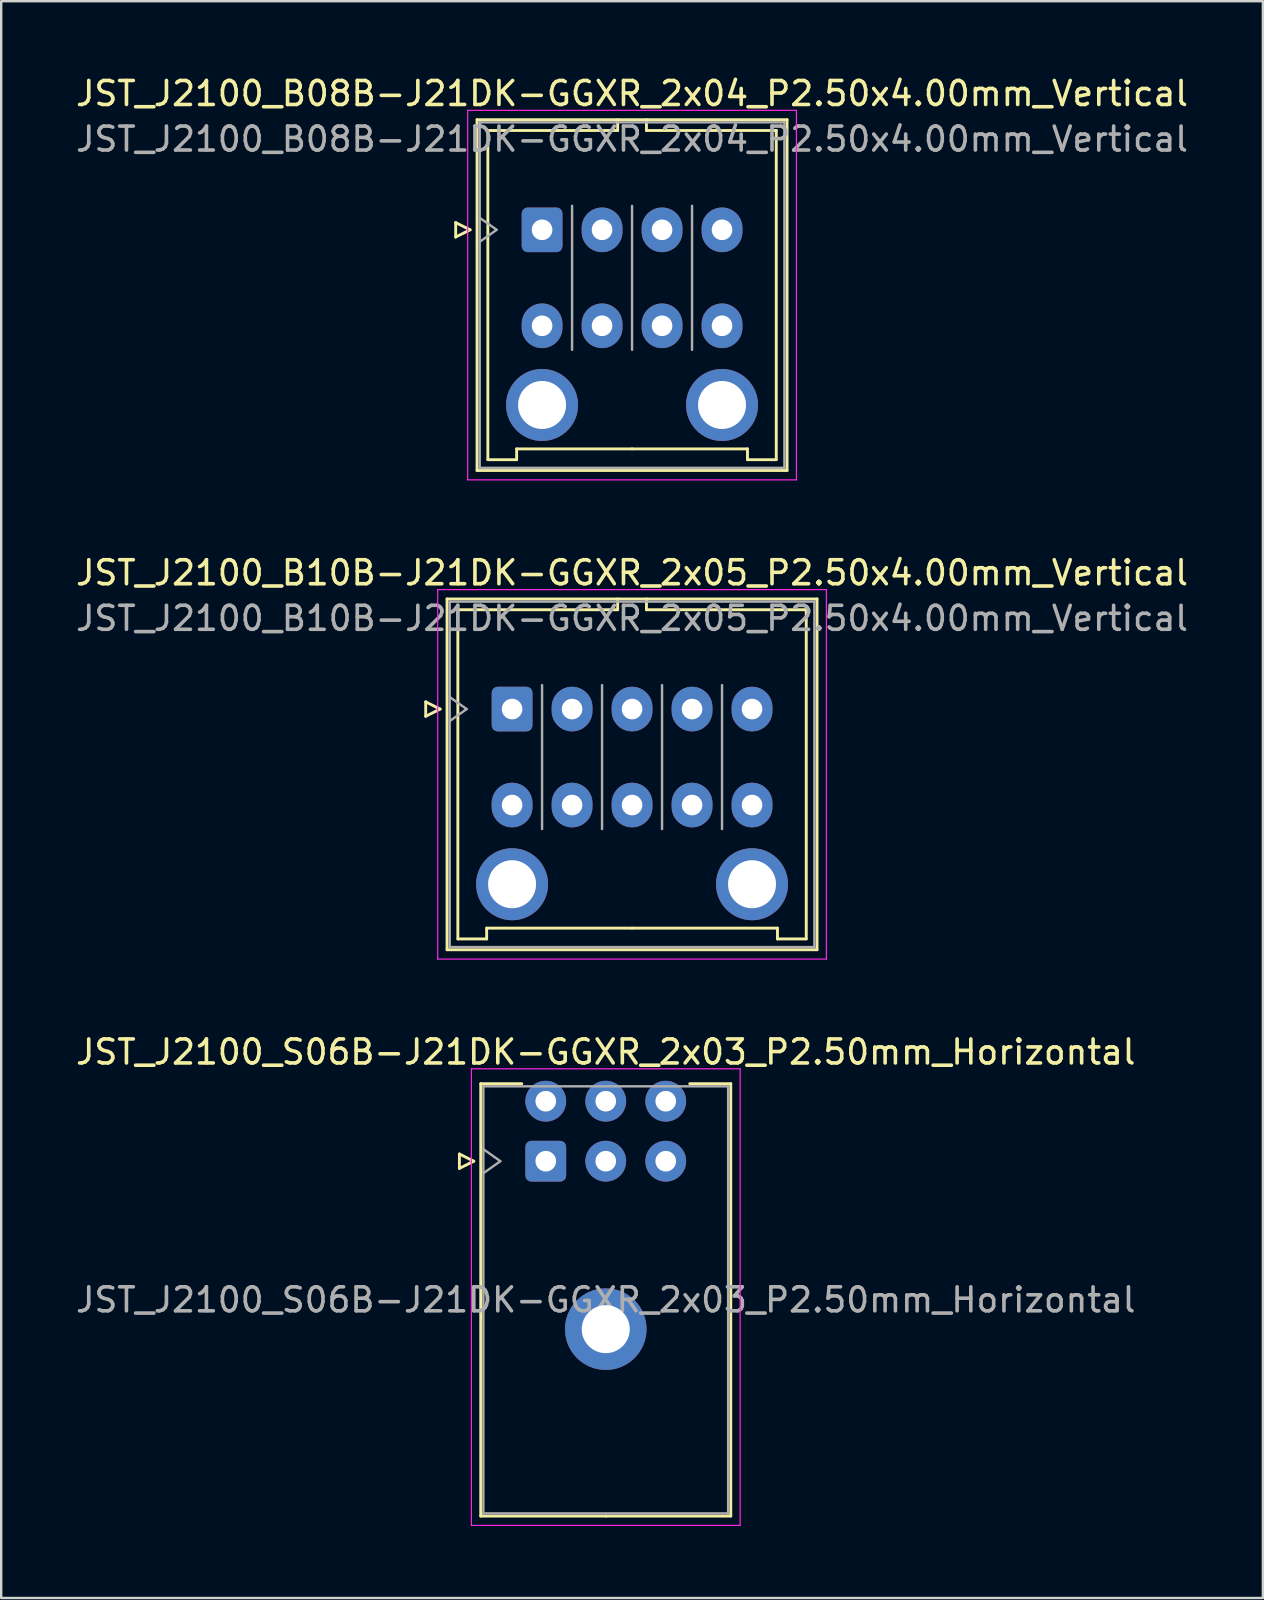
<source format=kicad_pcb>
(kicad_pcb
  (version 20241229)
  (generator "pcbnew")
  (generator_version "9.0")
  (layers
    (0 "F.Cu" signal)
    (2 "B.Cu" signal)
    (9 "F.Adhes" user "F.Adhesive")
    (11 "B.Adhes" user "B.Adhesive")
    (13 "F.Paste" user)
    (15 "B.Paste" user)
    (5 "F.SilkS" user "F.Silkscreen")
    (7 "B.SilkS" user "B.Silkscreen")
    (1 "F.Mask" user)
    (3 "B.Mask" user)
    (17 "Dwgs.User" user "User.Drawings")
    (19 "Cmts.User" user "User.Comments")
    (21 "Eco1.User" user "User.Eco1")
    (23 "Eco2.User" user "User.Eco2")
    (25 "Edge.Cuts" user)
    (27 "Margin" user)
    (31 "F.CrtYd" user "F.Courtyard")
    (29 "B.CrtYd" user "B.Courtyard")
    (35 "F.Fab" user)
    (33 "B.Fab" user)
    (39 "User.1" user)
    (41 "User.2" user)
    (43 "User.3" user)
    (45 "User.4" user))
  (footprint "JST_J2100_B10B-J21DK-GGXR_2x05_P2.50x4.00mm_Vertical"
    (layer "F.Cu")
    (at 18.292 26.502)
    (property "Reference" "JST_J2100_B10B-J21DK-GGXR_2x05_P2.50x4.00mm_Vertical" (at 5 -5.68 0) (layer "F.SilkS") (effects (font (size 1 1) (thickness 0.15))))
    (attr through_hole)
    (fp_line (start -3.6 -0.3) (end -3 0) (stroke (width 0.12) (type solid)) (layer "F.SilkS"))
    (fp_line (start -3.6 0.3) (end -3.6 -0.3) (stroke (width 0.12) (type solid)) (layer "F.SilkS"))
    (fp_line (start -3 0) (end -3.6 0.3) (stroke (width 0.12) (type solid)) (layer "F.SilkS"))
    (fp_line (start -2.71 -4.59) (end -2.71 10.03) (stroke (width 0.12) (type solid)) (layer "F.SilkS"))
    (fp_line (start -2.71 10.03) (end 12.71 10.03) (stroke (width 0.12) (type solid)) (layer "F.SilkS"))
    (fp_line (start -2.26 -4.14) (end -2.26 9.58) (stroke (width 0.12) (type solid)) (layer "F.SilkS"))
    (fp_line (start -2.26 9.58) (end -1.06 9.58) (stroke (width 0.12) (type solid)) (layer "F.SilkS"))
    (fp_line (start -1.06 9.13) (end 5 9.13) (stroke (width 0.12) (type solid)) (layer "F.SilkS"))
    (fp_line (start -1.06 9.58) (end -1.06 9.13) (stroke (width 0.12) (type solid)) (layer "F.SilkS"))
    (fp_line (start 4.4 -4.59) (end 4.4 -4.14) (stroke (width 0.12) (type solid)) (layer "F.SilkS"))
    (fp_line (start 4.4 -4.14) (end -2.26 -4.14) (stroke (width 0.12) (type solid)) (layer "F.SilkS"))
    (fp_line (start 5.6 -4.59) (end 5.6 -4.14) (stroke (width 0.12) (type solid)) (layer "F.SilkS"))
    (fp_line (start 5.6 -4.14) (end 12.26 -4.14) (stroke (width 0.12) (type solid)) (layer "F.SilkS"))
    (fp_line (start 11.06 9.13) (end 5 9.13) (stroke (width 0.12) (type solid)) (layer "F.SilkS"))
    (fp_line (start 11.06 9.58) (end 11.06 9.13) (stroke (width 0.12) (type solid)) (layer "F.SilkS"))
    (fp_line (start 12.26 -4.14) (end 12.26 9.58) (stroke (width 0.12) (type solid)) (layer "F.SilkS"))
    (fp_line (start 12.26 9.58) (end 11.06 9.58) (stroke (width 0.12) (type solid)) (layer "F.SilkS"))
    (fp_line (start 12.71 -4.59) (end -2.71 -4.59) (stroke (width 0.12) (type solid)) (layer "F.SilkS"))
    (fp_line (start 12.71 10.03) (end 12.71 -4.59) (stroke (width 0.12) (type solid)) (layer "F.SilkS"))
    (fp_line (start -3.1 -4.98) (end -3.1 10.42) (stroke (width 0.05) (type solid)) (layer "F.CrtYd"))
    (fp_line (start -3.1 10.42) (end 13.1 10.42) (stroke (width 0.05) (type solid)) (layer "F.CrtYd"))
    (fp_line (start 13.1 -4.98) (end -3.1 -4.98) (stroke (width 0.05) (type solid)) (layer "F.CrtYd"))
    (fp_line (start 13.1 10.42) (end 13.1 -4.98) (stroke (width 0.05) (type solid)) (layer "F.CrtYd"))
    (fp_line (start -2.6 -4.48) (end -2.6 9.92) (stroke (width 0.1) (type solid)) (layer "F.Fab"))
    (fp_line (start -2.6 0.5) (end -1.893 0) (stroke (width 0.1) (type solid)) (layer "F.Fab"))
    (fp_line (start -2.6 9.92) (end 12.6 9.92) (stroke (width 0.1) (type solid)) (layer "F.Fab"))
    (fp_line (start -1.893 0) (end -2.6 -0.5) (stroke (width 0.1) (type solid)) (layer "F.Fab"))
    (fp_line (start 1.25 5) (end 1.25 -1) (stroke (width 0.1) (type solid)) (layer "F.Fab"))
    (fp_line (start 3.75 5) (end 3.75 -1) (stroke (width 0.1) (type solid)) (layer "F.Fab"))
    (fp_line (start 6.25 5) (end 6.25 -1) (stroke (width 0.1) (type solid)) (layer "F.Fab"))
    (fp_line (start 8.75 5) (end 8.75 -1) (stroke (width 0.1) (type solid)) (layer "F.Fab"))
    (fp_line (start 12.6 -4.48) (end -2.6 -4.48) (stroke (width 0.1) (type solid)) (layer "F.Fab"))
    (fp_line (start 12.6 9.92) (end 12.6 -4.48) (stroke (width 0.1) (type solid)) (layer "F.Fab"))
    (fp_text user "${REFERENCE}" (at 5 -3.78 0) (layer "F.Fab") (effects (font (size 1 1) (thickness 0.15))))
    (pad "" thru_hole circle (at 0 7.3) (size 3 3) (drill 2) (layers "*.Cu" "*.Mask"))
    (pad "" thru_hole circle (at 10 7.3) (size 3 3) (drill 2) (layers "*.Cu" "*.Mask"))
    (pad "1" thru_hole roundrect (at 0 0) (size 1.7 1.86) (drill 0.86) (layers "*.Cu" "*.Mask") (roundrect_rratio 0.147))
    (pad "2" thru_hole oval (at 2.5 0) (size 1.7 1.86) (drill 0.86) (layers "*.Cu" "*.Mask"))
    (pad "3" thru_hole oval (at 5 0) (size 1.7 1.86) (drill 0.86) (layers "*.Cu" "*.Mask"))
    (pad "4" thru_hole oval (at 7.5 0) (size 1.7 1.86) (drill 0.86) (layers "*.Cu" "*.Mask"))
    (pad "5" thru_hole oval (at 10 0) (size 1.7 1.86) (drill 0.86) (layers "*.Cu" "*.Mask"))
    (pad "6" thru_hole oval (at 0 4) (size 1.7 1.86) (drill 0.86) (layers "*.Cu" "*.Mask"))
    (pad "7" thru_hole oval (at 2.5 4) (size 1.7 1.86) (drill 0.86) (layers "*.Cu" "*.Mask"))
    (pad "8" thru_hole oval (at 5 4) (size 1.7 1.86) (drill 0.86) (layers "*.Cu" "*.Mask"))
    (pad "9" thru_hole oval (at 7.5 4) (size 1.7 1.86) (drill 0.86) (layers "*.Cu" "*.Mask"))
    (pad "10" thru_hole oval (at 10 4) (size 1.7 1.86) (drill 0.86) (layers "*.Cu" "*.Mask")))
  (footprint "JST_J2100_S06B-J21DK-GGXR_2x03_P2.50mm_Horizontal"
    (layer "F.Cu")
    (at 19.696 45.345)
    (property "Reference" "JST_J2100_S06B-J21DK-GGXR_2x03_P2.50mm_Horizontal" (at 2.5 -4.55 0) (layer "F.SilkS") (effects (font (size 1 1) (thickness 0.15))))
    (attr through_hole)
    (fp_line (start -3.6 -0.3) (end -3 0) (stroke (width 0.12) (type solid)) (layer "F.SilkS"))
    (fp_line (start -3.6 0.3) (end -3.6 -0.3) (stroke (width 0.12) (type solid)) (layer "F.SilkS"))
    (fp_line (start -3 0) (end -3.6 0.3) (stroke (width 0.12) (type solid)) (layer "F.SilkS"))
    (fp_line (start -2.71 -3.23) (end -2.71 14.79) (stroke (width 0.12) (type solid)) (layer "F.SilkS"))
    (fp_line (start -2.71 14.79) (end 2.5 14.79) (stroke (width 0.12) (type solid)) (layer "F.SilkS"))
    (fp_line (start -1 -3.23) (end -2.71 -3.23) (stroke (width 0.12) (type solid)) (layer "F.SilkS"))
    (fp_line (start 6 -3.23) (end 7.71 -3.23) (stroke (width 0.12) (type solid)) (layer "F.SilkS"))
    (fp_line (start 7.71 -3.23) (end 7.71 14.79) (stroke (width 0.12) (type solid)) (layer "F.SilkS"))
    (fp_line (start 7.71 14.79) (end 2.5 14.79) (stroke (width 0.12) (type solid)) (layer "F.SilkS"))
    (fp_line (start -3.1 -3.85) (end -3.1 15.18) (stroke (width 0.05) (type solid)) (layer "F.CrtYd"))
    (fp_line (start -3.1 15.18) (end 8.1 15.18) (stroke (width 0.05) (type solid)) (layer "F.CrtYd"))
    (fp_line (start 8.1 -3.85) (end -3.1 -3.85) (stroke (width 0.05) (type solid)) (layer "F.CrtYd"))
    (fp_line (start 8.1 15.18) (end 8.1 -3.85) (stroke (width 0.05) (type solid)) (layer "F.CrtYd"))
    (fp_line (start -2.6 -3.12) (end -2.6 14.68) (stroke (width 0.1) (type solid)) (layer "F.Fab"))
    (fp_line (start -2.6 0.5) (end -1.893 0) (stroke (width 0.1) (type solid)) (layer "F.Fab"))
    (fp_line (start -2.6 14.68) (end 7.6 14.68) (stroke (width 0.1) (type solid)) (layer "F.Fab"))
    (fp_line (start -1.893 0) (end -2.6 -0.5) (stroke (width 0.1) (type solid)) (layer "F.Fab"))
    (fp_line (start 7.6 -3.12) (end -2.6 -3.12) (stroke (width 0.1) (type solid)) (layer "F.Fab"))
    (fp_line (start 7.6 14.68) (end 7.6 -3.12) (stroke (width 0.1) (type solid)) (layer "F.Fab"))
    (fp_text user "${REFERENCE}" (at 2.5 5.78 0) (layer "F.Fab") (effects (font (size 1 1) (thickness 0.15))))
    (pad "" thru_hole circle (at 2.5 7) (size 3.4 3.4) (drill 2) (layers "*.Cu" "*.Mask"))
    (pad "1" thru_hole roundrect (at 0 0) (size 1.7 1.7) (drill 0.86) (layers "*.Cu" "*.Mask") (roundrect_rratio 0.147))
    (pad "2" thru_hole circle (at 2.5 0) (size 1.7 1.7) (drill 0.86) (layers "*.Cu" "*.Mask"))
    (pad "3" thru_hole circle (at 5 0) (size 1.7 1.7) (drill 0.86) (layers "*.Cu" "*.Mask"))
    (pad "4" thru_hole circle (at 0 -2.5) (size 1.7 1.7) (drill 0.86) (layers "*.Cu" "*.Mask"))
    (pad "5" thru_hole circle (at 2.5 -2.5) (size 1.7 1.7) (drill 0.86) (layers "*.Cu" "*.Mask"))
    (pad "6" thru_hole circle (at 5 -2.5) (size 1.7 1.7) (drill 0.86) (layers "*.Cu" "*.Mask")))
  (footprint "JST_J2100_B08B-J21DK-GGXR_2x04_P2.50x4.00mm_Vertical"
    (layer "F.Cu")
    (at 19.542 6.528)
    (property "Reference" "JST_J2100_B08B-J21DK-GGXR_2x04_P2.50x4.00mm_Vertical" (at 3.75 -5.68 0) (layer "F.SilkS") (effects (font (size 1 1) (thickness 0.15))))
    (attr through_hole)
    (fp_line (start -3.6 -0.3) (end -3 0) (stroke (width 0.12) (type solid)) (layer "F.SilkS"))
    (fp_line (start -3.6 0.3) (end -3.6 -0.3) (stroke (width 0.12) (type solid)) (layer "F.SilkS"))
    (fp_line (start -3 0) (end -3.6 0.3) (stroke (width 0.12) (type solid)) (layer "F.SilkS"))
    (fp_line (start -2.71 -4.59) (end -2.71 10.03) (stroke (width 0.12) (type solid)) (layer "F.SilkS"))
    (fp_line (start -2.71 10.03) (end 10.21 10.03) (stroke (width 0.12) (type solid)) (layer "F.SilkS"))
    (fp_line (start -2.26 -4.14) (end -2.26 9.58) (stroke (width 0.12) (type solid)) (layer "F.SilkS"))
    (fp_line (start -2.26 9.58) (end -1.06 9.58) (stroke (width 0.12) (type solid)) (layer "F.SilkS"))
    (fp_line (start -1.06 9.13) (end 3.75 9.13) (stroke (width 0.12) (type solid)) (layer "F.SilkS"))
    (fp_line (start -1.06 9.58) (end -1.06 9.13) (stroke (width 0.12) (type solid)) (layer "F.SilkS"))
    (fp_line (start 3.15 -4.59) (end 3.15 -4.14) (stroke (width 0.12) (type solid)) (layer "F.SilkS"))
    (fp_line (start 3.15 -4.14) (end -2.26 -4.14) (stroke (width 0.12) (type solid)) (layer "F.SilkS"))
    (fp_line (start 4.35 -4.59) (end 4.35 -4.14) (stroke (width 0.12) (type solid)) (layer "F.SilkS"))
    (fp_line (start 4.35 -4.14) (end 9.76 -4.14) (stroke (width 0.12) (type solid)) (layer "F.SilkS"))
    (fp_line (start 8.56 9.13) (end 3.75 9.13) (stroke (width 0.12) (type solid)) (layer "F.SilkS"))
    (fp_line (start 8.56 9.58) (end 8.56 9.13) (stroke (width 0.12) (type solid)) (layer "F.SilkS"))
    (fp_line (start 9.76 -4.14) (end 9.76 9.58) (stroke (width 0.12) (type solid)) (layer "F.SilkS"))
    (fp_line (start 9.76 9.58) (end 8.56 9.58) (stroke (width 0.12) (type solid)) (layer "F.SilkS"))
    (fp_line (start 10.21 -4.59) (end -2.71 -4.59) (stroke (width 0.12) (type solid)) (layer "F.SilkS"))
    (fp_line (start 10.21 10.03) (end 10.21 -4.59) (stroke (width 0.12) (type solid)) (layer "F.SilkS"))
    (fp_line (start -3.1 -4.98) (end -3.1 10.42) (stroke (width 0.05) (type solid)) (layer "F.CrtYd"))
    (fp_line (start -3.1 10.42) (end 10.6 10.42) (stroke (width 0.05) (type solid)) (layer "F.CrtYd"))
    (fp_line (start 10.6 -4.98) (end -3.1 -4.98) (stroke (width 0.05) (type solid)) (layer "F.CrtYd"))
    (fp_line (start 10.6 10.42) (end 10.6 -4.98) (stroke (width 0.05) (type solid)) (layer "F.CrtYd"))
    (fp_line (start -2.6 -4.48) (end -2.6 9.92) (stroke (width 0.1) (type solid)) (layer "F.Fab"))
    (fp_line (start -2.6 0.5) (end -1.893 0) (stroke (width 0.1) (type solid)) (layer "F.Fab"))
    (fp_line (start -2.6 9.92) (end 10.1 9.92) (stroke (width 0.1) (type solid)) (layer "F.Fab"))
    (fp_line (start -1.893 0) (end -2.6 -0.5) (stroke (width 0.1) (type solid)) (layer "F.Fab"))
    (fp_line (start 1.25 5) (end 1.25 -1) (stroke (width 0.1) (type solid)) (layer "F.Fab"))
    (fp_line (start 3.75 5) (end 3.75 -1) (stroke (width 0.1) (type solid)) (layer "F.Fab"))
    (fp_line (start 6.25 5) (end 6.25 -1) (stroke (width 0.1) (type solid)) (layer "F.Fab"))
    (fp_line (start 10.1 -4.48) (end -2.6 -4.48) (stroke (width 0.1) (type solid)) (layer "F.Fab"))
    (fp_line (start 10.1 9.92) (end 10.1 -4.48) (stroke (width 0.1) (type solid)) (layer "F.Fab"))
    (fp_text user "${REFERENCE}" (at 3.75 -3.78 0) (layer "F.Fab") (effects (font (size 1 1) (thickness 0.15))))
    (pad "" thru_hole circle (at 0 7.3) (size 3 3) (drill 2) (layers "*.Cu" "*.Mask"))
    (pad "" thru_hole circle (at 7.5 7.3) (size 3 3) (drill 2) (layers "*.Cu" "*.Mask"))
    (pad "1" thru_hole roundrect (at 0 0) (size 1.7 1.86) (drill 0.86) (layers "*.Cu" "*.Mask") (roundrect_rratio 0.147))
    (pad "2" thru_hole oval (at 2.5 0) (size 1.7 1.86) (drill 0.86) (layers "*.Cu" "*.Mask"))
    (pad "3" thru_hole oval (at 5 0) (size 1.7 1.86) (drill 0.86) (layers "*.Cu" "*.Mask"))
    (pad "4" thru_hole oval (at 7.5 0) (size 1.7 1.86) (drill 0.86) (layers "*.Cu" "*.Mask"))
    (pad "5" thru_hole oval (at 0 4) (size 1.7 1.86) (drill 0.86) (layers "*.Cu" "*.Mask"))
    (pad "6" thru_hole oval (at 2.5 4) (size 1.7 1.86) (drill 0.86) (layers "*.Cu" "*.Mask"))
    (pad "7" thru_hole oval (at 5 4) (size 1.7 1.86) (drill 0.86) (layers "*.Cu" "*.Mask"))
    (pad "8" thru_hole oval (at 7.5 4) (size 1.7 1.86) (drill 0.86) (layers "*.Cu" "*.Mask")))
  (gr_rect
    (start -3 -3)
    (end 49.583 63.55)
    (stroke (width 0.1) (type default))
    (fill no)
    (layer "Edge.Cuts")))
</source>
